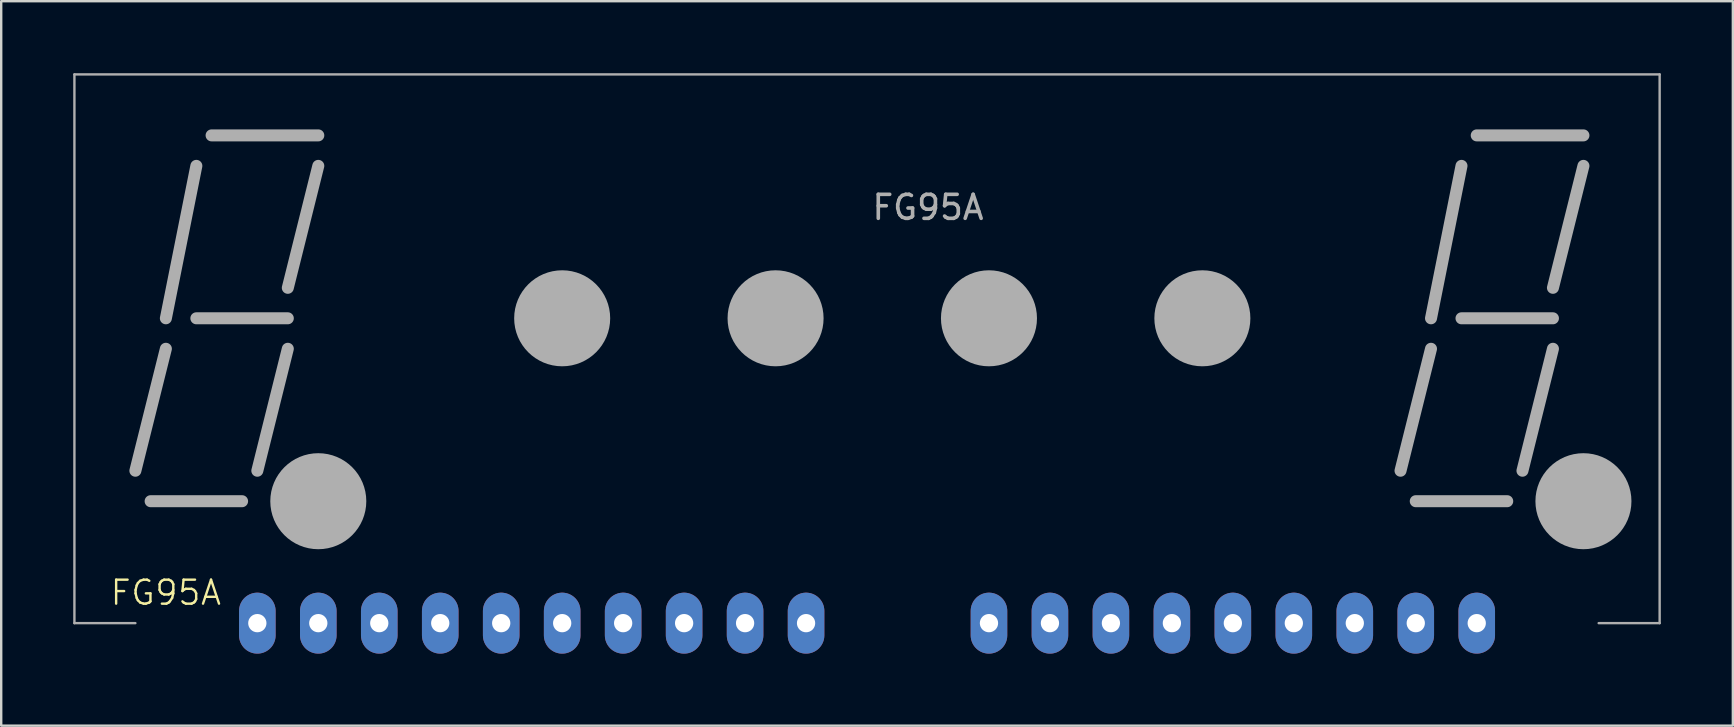
<source format=kicad_pcb>
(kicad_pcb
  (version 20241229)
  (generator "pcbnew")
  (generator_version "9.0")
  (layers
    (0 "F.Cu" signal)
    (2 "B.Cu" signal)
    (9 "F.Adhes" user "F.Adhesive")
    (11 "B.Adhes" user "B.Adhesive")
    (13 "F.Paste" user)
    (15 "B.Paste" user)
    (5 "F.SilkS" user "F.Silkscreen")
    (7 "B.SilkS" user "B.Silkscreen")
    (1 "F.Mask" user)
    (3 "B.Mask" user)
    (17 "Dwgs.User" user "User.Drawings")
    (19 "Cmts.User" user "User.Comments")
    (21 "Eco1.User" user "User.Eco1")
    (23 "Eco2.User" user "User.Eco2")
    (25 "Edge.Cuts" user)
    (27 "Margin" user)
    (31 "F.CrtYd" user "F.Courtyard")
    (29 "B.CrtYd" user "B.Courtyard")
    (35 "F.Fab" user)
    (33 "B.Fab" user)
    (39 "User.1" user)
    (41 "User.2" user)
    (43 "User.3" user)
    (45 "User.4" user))
  (footprint "FG95A"
    (layer "F.Cu")
    (at 7.67 22.91)
    (property "Reference" "FG95A" (at -3.81 -1.27 0) (unlocked yes) (layer "F.SilkS") (effects (font (size 1 1) (thickness 0.1))))
    (attr through_hole)
    (fp_line (start -7.62 -22.86) (end -7.62 0) (stroke (width 0.1) (type default)) (layer "F.Fab"))
    (fp_line (start -7.62 -22.86) (end 58.42 -22.86) (stroke (width 0.1) (type default)) (layer "F.Fab"))
    (fp_line (start -7.62 0) (end -5.08 0) (stroke (width 0.1) (type default)) (layer "F.Fab"))
    (fp_line (start -4.445 -5.08) (end -0.635 -5.08) (stroke (width 0.5) (type default)) (layer "F.Fab"))
    (fp_line (start -3.81 -11.43) (end -5.08 -6.35) (stroke (width 0.5) (type default)) (layer "F.Fab"))
    (fp_line (start -2.54 -19.05) (end -3.81 -12.7) (stroke (width 0.5) (type default)) (layer "F.Fab"))
    (fp_line (start -2.54 -12.7) (end 1.27 -12.7) (stroke (width 0.5) (type default)) (layer "F.Fab"))
    (fp_line (start -1.905 -20.32) (end 2.54 -20.32) (stroke (width 0.5) (type default)) (layer "F.Fab"))
    (fp_line (start 1.27 -13.97) (end 2.54 -19.05) (stroke (width 0.5) (type default)) (layer "F.Fab"))
    (fp_line (start 1.27 -11.43) (end 0 -6.35) (stroke (width 0.5) (type default)) (layer "F.Fab"))
    (fp_line (start 48.26 -5.08) (end 52.07 -5.08) (stroke (width 0.5) (type default)) (layer "F.Fab"))
    (fp_line (start 48.895 -11.43) (end 47.625 -6.35) (stroke (width 0.5) (type default)) (layer "F.Fab"))
    (fp_line (start 50.165 -19.05) (end 48.895 -12.7) (stroke (width 0.5) (type default)) (layer "F.Fab"))
    (fp_line (start 50.165 -12.7) (end 53.975 -12.7) (stroke (width 0.5) (type default)) (layer "F.Fab"))
    (fp_line (start 50.8 -20.32) (end 55.245 -20.32) (stroke (width 0.5) (type default)) (layer "F.Fab"))
    (fp_line (start 53.975 -13.97) (end 55.245 -19.05) (stroke (width 0.5) (type default)) (layer "F.Fab"))
    (fp_line (start 53.975 -11.43) (end 52.705 -6.35) (stroke (width 0.5) (type default)) (layer "F.Fab"))
    (fp_line (start 58.42 -22.86) (end 58.42 0) (stroke (width 0.1) (type default)) (layer "F.Fab"))
    (fp_line (start 58.42 0) (end 55.88 0) (stroke (width 0.1) (type default)) (layer "F.Fab"))
    (fp_circle (center 2.54 -5.08) (end 2.54 -5.08) (stroke (width 2) (type default)) (fill no) (layer "F.Fab"))
    (fp_circle (center 12.7 -12.7) (end 12.7 -12.7) (stroke (width 2) (type default)) (fill no) (layer "F.Fab"))
    (fp_circle (center 21.59 -12.7) (end 21.59 -12.7) (stroke (width 2) (type default)) (fill no) (layer "F.Fab"))
    (fp_circle (center 30.48 -12.7) (end 30.48 -12.7) (stroke (width 2) (type default)) (fill no) (layer "F.Fab"))
    (fp_circle (center 39.37 -12.7) (end 39.37 -12.7) (stroke (width 2) (type default)) (fill no) (layer "F.Fab"))
    (fp_circle (center 55.245 -5.08) (end 55.245 -5.08) (stroke (width 2) (type default)) (fill no) (layer "F.Fab"))
    (fp_text user "${REFERENCE}" (at 27.94 -17.32 0) (unlocked yes) (layer "F.Fab") (effects (font (size 1 1) (thickness 0.15))))
    (pad "1" thru_hole oval (at 0 0) (size 1.524 2.54) (drill 0.762) (layers "*.Cu" "*.Mask"))
    (pad "2" thru_hole oval (at 2.54 0) (size 1.524 2.54) (drill 0.762) (layers "*.Cu" "*.Mask"))
    (pad "3" thru_hole oval (at 5.08 0) (size 1.524 2.54) (drill 0.762) (layers "*.Cu" "*.Mask"))
    (pad "4" thru_hole oval (at 7.62 0) (size 1.524 2.54) (drill 0.762) (layers "*.Cu" "*.Mask"))
    (pad "5" thru_hole oval (at 10.16 0) (size 1.524 2.54) (drill 0.762) (layers "*.Cu" "*.Mask"))
    (pad "6" thru_hole oval (at 12.7 0) (size 1.524 2.54) (drill 0.762) (layers "*.Cu" "*.Mask"))
    (pad "7" thru_hole oval (at 15.24 0) (size 1.524 2.54) (drill 0.762) (layers "*.Cu" "*.Mask"))
    (pad "8" thru_hole oval (at 17.78 0) (size 1.524 2.54) (drill 0.762) (layers "*.Cu" "*.Mask"))
    (pad "9" thru_hole oval (at 20.32 0) (size 1.524 2.54) (drill 0.762) (layers "*.Cu" "*.Mask"))
    (pad "10" thru_hole oval (at 22.86 0) (size 1.524 2.54) (drill 0.762) (layers "*.Cu" "*.Mask"))
    (pad "11" thru_hole oval (at 30.48 0) (size 1.524 2.54) (drill 0.762) (layers "*.Cu" "*.Mask"))
    (pad "12" thru_hole oval (at 33.02 0) (size 1.524 2.54) (drill 0.762) (layers "*.Cu" "*.Mask"))
    (pad "13" thru_hole oval (at 35.56 0) (size 1.524 2.54) (drill 0.762) (layers "*.Cu" "*.Mask"))
    (pad "14" thru_hole oval (at 38.1 0) (size 1.524 2.54) (drill 0.762) (layers "*.Cu" "*.Mask"))
    (pad "15" thru_hole oval (at 40.64 0) (size 1.524 2.54) (drill 0.762) (layers "*.Cu" "*.Mask"))
    (pad "16" thru_hole oval (at 43.18 0) (size 1.524 2.54) (drill 0.762) (layers "*.Cu" "*.Mask"))
    (pad "17" thru_hole oval (at 45.72 0) (size 1.524 2.54) (drill 0.762) (layers "*.Cu" "*.Mask"))
    (pad "18" thru_hole oval (at 48.26 0) (size 1.524 2.54) (drill 0.762) (layers "*.Cu" "*.Mask"))
    (pad "19" thru_hole oval (at 50.8 0) (size 1.524 2.54) (drill 0.762) (layers "*.Cu" "*.Mask")))
  (gr_rect
    (start -3 -3)
    (end 69.14 27.18)
    (stroke (width 0.1) (type default))
    (fill no)
    (layer "Edge.Cuts")))
</source>
